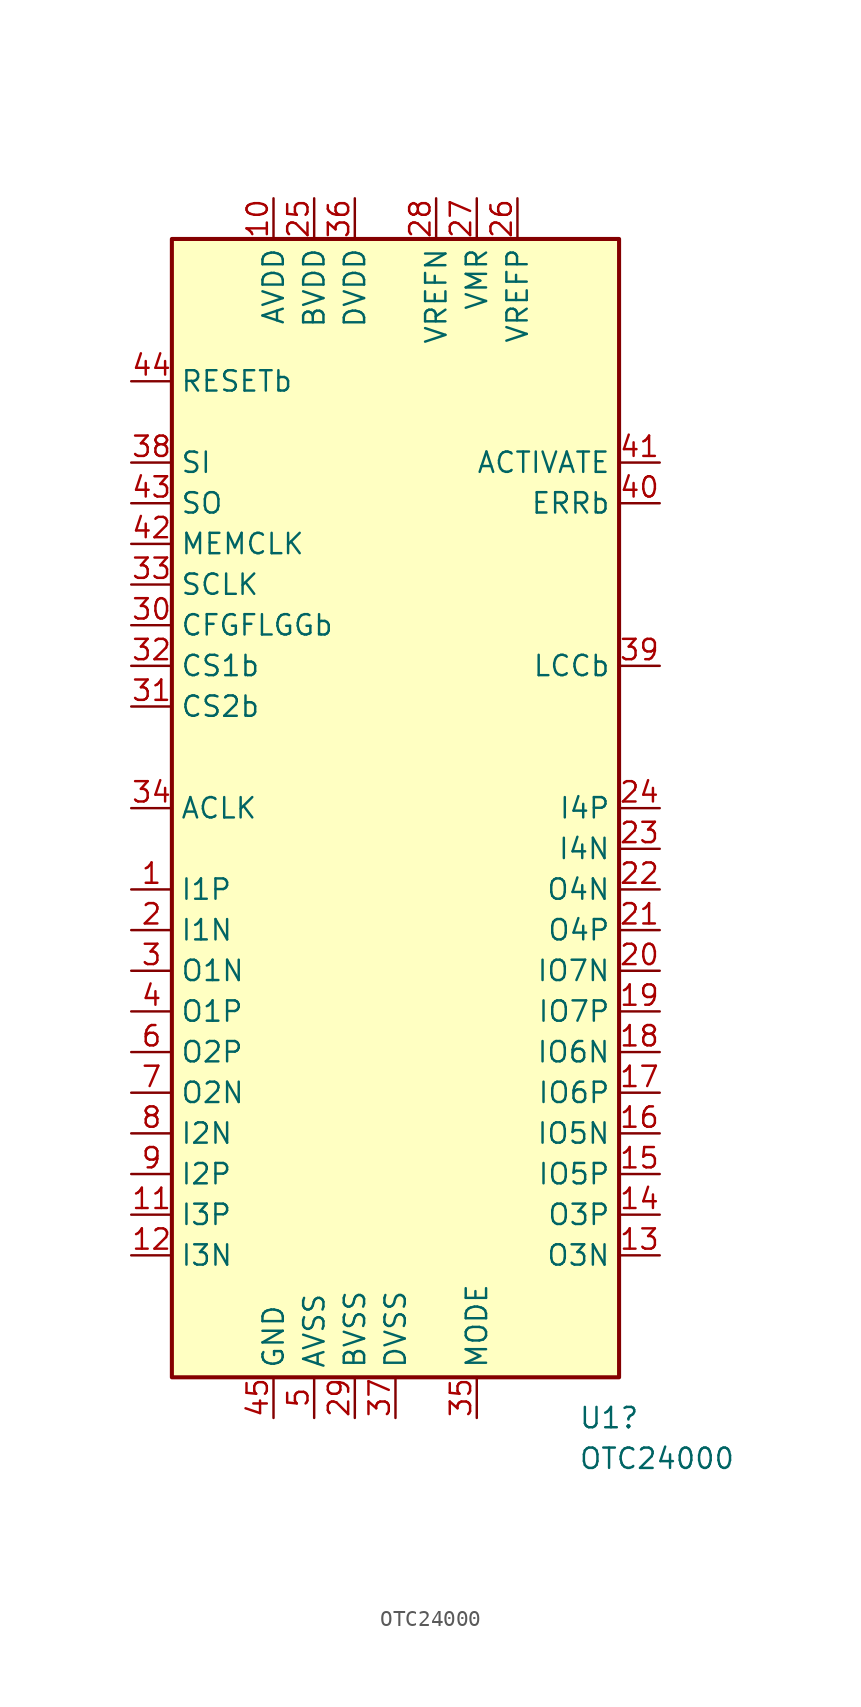
<source format=kicad_sym>
(kicad_symbol_lib
  (version 20241209)
  (generator "kicad_symbol_editor")
  (generator_version "9.0")
  (symbol "OTC24000"
    (property "Reference" "U1"
      (at 10.16 -38.1 0)
      (effects (font (size 1.27 1.27)) (justify left)))
    (property "Value" "OTC24000"
      (at 10.16 -40.64 0)
      (effects (font (size 1.27 1.27)) (justify left)))
    (property "Description" ""
      (at 0 0 0)
      (effects (font (size 1.27 1.27))))
    (symbol "OTC24000_0_1"
      (rectangle (start -15.24 -35.56) (end 12.7 35.56) (stroke (width 0.254) (type default)) (fill (type background))))
    (symbol "OTC24000_1_1"
      (pin input line (at -17.78 26.67 0) (length 2.54) (name "RESETb" (effects (font (size 1.27 1.27)))) (number "44" (effects (font (size 1.27 1.27)))))
      (pin input line (at -17.78 21.59 0) (length 2.54) (name "SI" (effects (font (size 1.27 1.27)))) (number "38" (effects (font (size 1.27 1.27)))))
      (pin output line (at -17.78 19.05 0) (length 2.54) (name "SO" (effects (font (size 1.27 1.27)))) (number "43" (effects (font (size 1.27 1.27)))))
      (pin output line (at -17.78 16.51 0) (length 2.54) (name "MEMCLK" (effects (font (size 1.27 1.27)))) (number "42" (effects (font (size 1.27 1.27)))))
      (pin input line (at -17.78 13.97 0) (length 2.54) (name "SCLK" (effects (font (size 1.27 1.27)))) (number "33" (effects (font (size 1.27 1.27)))))
      (pin output line (at -17.78 11.43 0) (length 2.54) (name "CFGFLGGb" (effects (font (size 1.27 1.27)))) (number "30" (effects (font (size 1.27 1.27)))))
      (pin input line (at -17.78 8.89 0) (length 2.54) (name "CS1b" (effects (font (size 1.27 1.27)))) (number "32" (effects (font (size 1.27 1.27)))))
      (pin input line (at -17.78 6.35 0) (length 2.54) (name "CS2b" (effects (font (size 1.27 1.27)))) (number "31" (effects (font (size 1.27 1.27)))))
      (pin input line (at -17.78 0 0) (length 2.54) (name "ACLK" (effects (font (size 1.27 1.27)))) (number "34" (effects (font (size 1.27 1.27)))))
      (pin input line (at -17.78 -5.08 0) (length 2.54) (name "I1P" (effects (font (size 1.27 1.27)))) (number "1" (effects (font (size 1.27 1.27)))))
      (pin input line (at -17.78 -7.62 0) (length 2.54) (name "I1N" (effects (font (size 1.27 1.27)))) (number "2" (effects (font (size 1.27 1.27)))))
      (pin output line (at -17.78 -10.16 0) (length 2.54) (name "O1N" (effects (font (size 1.27 1.27)))) (number "3" (effects (font (size 1.27 1.27)))))
      (pin output line (at -17.78 -12.7 0) (length 2.54) (name "O1P" (effects (font (size 1.27 1.27)))) (number "4" (effects (font (size 1.27 1.27)))))
      (pin output line (at -17.78 -15.24 0) (length 2.54) (name "O2P" (effects (font (size 1.27 1.27)))) (number "6" (effects (font (size 1.27 1.27)))))
      (pin output line (at -17.78 -17.78 0) (length 2.54) (name "O2N" (effects (font (size 1.27 1.27)))) (number "7" (effects (font (size 1.27 1.27)))))
      (pin input line (at -17.78 -20.32 0) (length 2.54) (name "I2N" (effects (font (size 1.27 1.27)))) (number "8" (effects (font (size 1.27 1.27)))))
      (pin input line (at -17.78 -22.86 0) (length 2.54) (name "I2P" (effects (font (size 1.27 1.27)))) (number "9" (effects (font (size 1.27 1.27)))))
      (pin input line (at -17.78 -25.4 0) (length 2.54) (name "I3P" (effects (font (size 1.27 1.27)))) (number "11" (effects (font (size 1.27 1.27)))))
      (pin input line (at -17.78 -27.94 0) (length 2.54) (name "I3N" (effects (font (size 1.27 1.27)))) (number "12" (effects (font (size 1.27 1.27)))))
      (pin power_in line (at -8.89 38.1 270) (length 2.54) (name "AVDD" (effects (font (size 1.27 1.27)))) (number "10" (effects (font (size 1.27 1.27)))))
      (pin power_in line (at -8.89 -38.1 90) (length 2.54) (name "GND" (effects (font (size 1.27 1.27)))) (number "45" (effects (font (size 1.27 1.27)))))
      (pin power_in line (at -6.35 38.1 270) (length 2.54) (name "BVDD" (effects (font (size 1.27 1.27)))) (number "25" (effects (font (size 1.27 1.27)))))
      (pin power_in line (at -6.35 -38.1 90) (length 2.54) (name "AVSS" (effects (font (size 1.27 1.27)))) (number "5" (effects (font (size 1.27 1.27)))))
      (pin power_in line (at -3.81 38.1 270) (length 2.54) (name "DVDD" (effects (font (size 1.27 1.27)))) (number "36" (effects (font (size 1.27 1.27)))))
      (pin power_in line (at -3.81 -38.1 90) (length 2.54) (name "BVSS" (effects (font (size 1.27 1.27)))) (number "29" (effects (font (size 1.27 1.27)))))
      (pin power_in line (at -1.27 -38.1 90) (length 2.54) (name "DVSS" (effects (font (size 1.27 1.27)))) (number "37" (effects (font (size 1.27 1.27)))))
      (pin power_in line (at 1.27 38.1 270) (length 2.54) (name "VREFN" (effects (font (size 1.27 1.27)))) (number "28" (effects (font (size 1.27 1.27)))))
      (pin power_in line (at 3.81 38.1 270) (length 2.54) (name "VMR" (effects (font (size 1.27 1.27)))) (number "27" (effects (font (size 1.27 1.27)))))
      (pin input line (at 3.81 -38.1 90) (length 2.54) (name "MODE" (effects (font (size 1.27 1.27)))) (number "35" (effects (font (size 1.27 1.27)))))
      (pin power_in line (at 6.35 38.1 270) (length 2.54) (name "VREFP" (effects (font (size 1.27 1.27)))) (number "26" (effects (font (size 1.27 1.27)))))
      (pin output line (at 15.24 21.59 180) (length 2.54) (name "ACTIVATE" (effects (font (size 1.27 1.27)))) (number "41" (effects (font (size 1.27 1.27)))))
      (pin output line (at 15.24 19.05 180) (length 2.54) (name "ERRb" (effects (font (size 1.27 1.27)))) (number "40" (effects (font (size 1.27 1.27)))))
      (pin output line (at 15.24 8.89 180) (length 2.54) (name "LCCb" (effects (font (size 1.27 1.27)))) (number "39" (effects (font (size 1.27 1.27)))))
      (pin input line (at 15.24 0 180) (length 2.54) (name "I4P" (effects (font (size 1.27 1.27)))) (number "24" (effects (font (size 1.27 1.27)))))
      (pin input line (at 15.24 -2.54 180) (length 2.54) (name "I4N" (effects (font (size 1.27 1.27)))) (number "23" (effects (font (size 1.27 1.27)))))
      (pin output line (at 15.24 -5.08 180) (length 2.54) (name "O4N" (effects (font (size 1.27 1.27)))) (number "22" (effects (font (size 1.27 1.27)))))
      (pin output line (at 15.24 -7.62 180) (length 2.54) (name "O4P" (effects (font (size 1.27 1.27)))) (number "21" (effects (font (size 1.27 1.27)))))
      (pin bidirectional line (at 15.24 -10.16 180) (length 2.54) (name "IO7N" (effects (font (size 1.27 1.27)))) (number "20" (effects (font (size 1.27 1.27)))))
      (pin bidirectional line (at 15.24 -12.7 180) (length 2.54) (name "IO7P" (effects (font (size 1.27 1.27)))) (number "19" (effects (font (size 1.27 1.27)))))
      (pin bidirectional line (at 15.24 -15.24 180) (length 2.54) (name "IO6N" (effects (font (size 1.27 1.27)))) (number "18" (effects (font (size 1.27 1.27)))))
      (pin bidirectional line (at 15.24 -17.78 180) (length 2.54) (name "IO6P" (effects (font (size 1.27 1.27)))) (number "17" (effects (font (size 1.27 1.27)))))
      (pin bidirectional line (at 15.24 -20.32 180) (length 2.54) (name "IO5N" (effects (font (size 1.27 1.27)))) (number "16" (effects (font (size 1.27 1.27)))))
      (pin bidirectional line (at 15.24 -22.86 180) (length 2.54) (name "IO5P" (effects (font (size 1.27 1.27)))) (number "15" (effects (font (size 1.27 1.27)))))
      (pin output line (at 15.24 -25.4 180) (length 2.54) (name "O3P" (effects (font (size 1.27 1.27)))) (number "14" (effects (font (size 1.27 1.27)))))
      (pin output line (at 15.24 -27.94 180) (length 2.54) (name "O3N" (effects (font (size 1.27 1.27)))) (number "13" (effects (font (size 1.27 1.27))))))))
</source>
